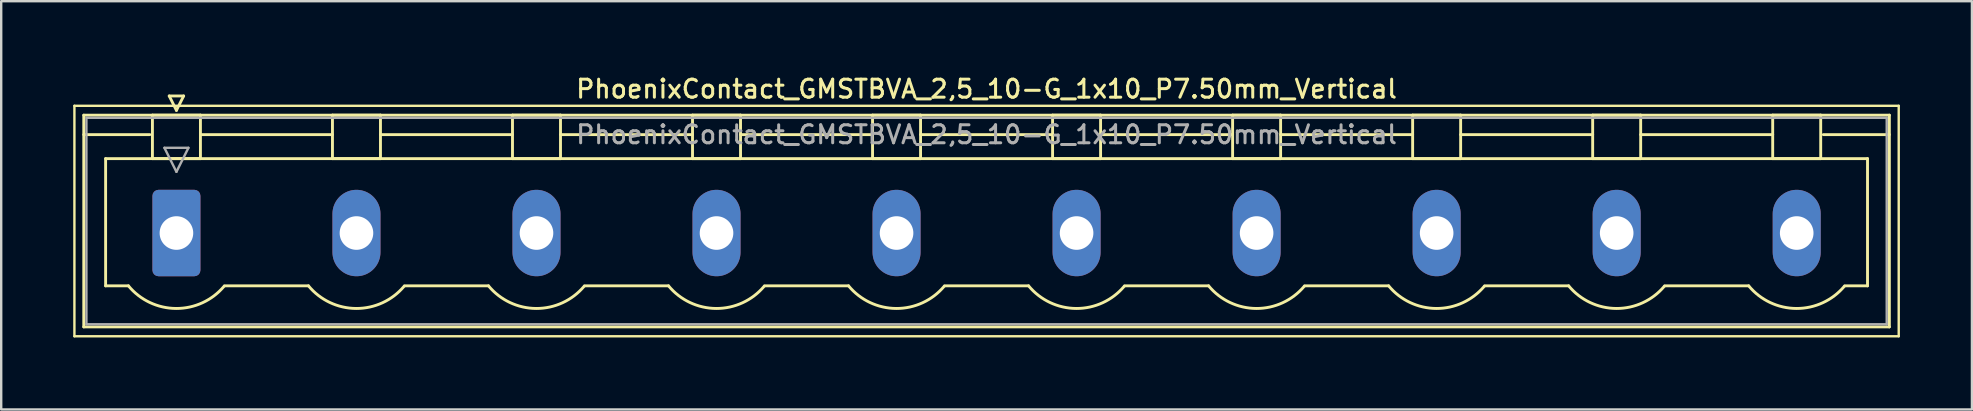
<source format=kicad_pcb>
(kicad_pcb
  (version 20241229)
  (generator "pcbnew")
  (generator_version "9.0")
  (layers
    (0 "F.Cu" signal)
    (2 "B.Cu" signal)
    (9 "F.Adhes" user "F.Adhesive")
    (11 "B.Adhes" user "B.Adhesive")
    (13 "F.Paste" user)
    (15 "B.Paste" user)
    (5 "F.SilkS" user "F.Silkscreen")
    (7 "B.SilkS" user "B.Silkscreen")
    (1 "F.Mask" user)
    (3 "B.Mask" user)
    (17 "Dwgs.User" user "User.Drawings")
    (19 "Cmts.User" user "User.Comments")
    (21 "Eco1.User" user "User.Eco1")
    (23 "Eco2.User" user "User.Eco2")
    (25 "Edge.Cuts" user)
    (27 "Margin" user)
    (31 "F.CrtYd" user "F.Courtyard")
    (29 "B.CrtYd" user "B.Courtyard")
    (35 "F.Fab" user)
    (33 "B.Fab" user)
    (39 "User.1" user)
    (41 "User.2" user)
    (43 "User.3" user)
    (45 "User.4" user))
  (footprint "PhoenixContact_GMSTBVA_2,5_10-G_1x10_P7.50mm_Vertical"
    (layer "F.Cu")
    (at 4.3 6.658)
    (property "Reference" "PhoenixContact_GMSTBVA_2,5_10-G_1x10_P7.50mm_Vertical" (at 33.75 -6 0) (layer "F.SilkS") (effects (font (size 0.75 0.75) (thickness 0.125))))
    (attr through_hole)
    (fp_line (start -4.25 -5.3) (end -4.25 4.3) (stroke (width 0.1) (type solid)) (layer "F.SilkS"))
    (fp_line (start -4.25 4.3) (end 71.75 4.3) (stroke (width 0.1) (type solid)) (layer "F.SilkS"))
    (fp_line (start -3.86 -4.91) (end -3.86 3.91) (stroke (width 0.12) (type solid)) (layer "F.SilkS"))
    (fp_line (start -3.86 -4.1) (end -1.11 -4.1) (stroke (width 0.12) (type solid)) (layer "F.SilkS"))
    (fp_line (start -3.86 3.91) (end 71.36 3.91) (stroke (width 0.12) (type solid)) (layer "F.SilkS"))
    (fp_line (start -2.95 -3.1) (end 70.45 -3.1) (stroke (width 0.12) (type solid)) (layer "F.SilkS"))
    (fp_line (start -2.95 2.2) (end -2.95 -3.1) (stroke (width 0.12) (type solid)) (layer "F.SilkS"))
    (fp_line (start -2 2.2) (end -2.95 2.2) (stroke (width 0.12) (type solid)) (layer "F.SilkS"))
    (fp_line (start -1 -4.91) (end 1 -4.91) (stroke (width 0.12) (type solid)) (layer "F.SilkS"))
    (fp_line (start -1 -3.1) (end -1 -4.91) (stroke (width 0.12) (type solid)) (layer "F.SilkS"))
    (fp_line (start -0.3 -5.71) (end 0.3 -5.71) (stroke (width 0.12) (type solid)) (layer "F.SilkS"))
    (fp_line (start 0 -5.11) (end -0.3 -5.71) (stroke (width 0.12) (type solid)) (layer "F.SilkS"))
    (fp_line (start 0.3 -5.71) (end 0 -5.11) (stroke (width 0.12) (type solid)) (layer "F.SilkS"))
    (fp_line (start 1 -4.91) (end 1 -3.1) (stroke (width 0.12) (type solid)) (layer "F.SilkS"))
    (fp_line (start 1 -4.1) (end 6.5 -4.1) (stroke (width 0.12) (type solid)) (layer "F.SilkS"))
    (fp_line (start 1 -3.1) (end -1 -3.1) (stroke (width 0.12) (type solid)) (layer "F.SilkS"))
    (fp_line (start 2 2.2) (end 5.5 2.2) (stroke (width 0.12) (type solid)) (layer "F.SilkS"))
    (fp_line (start 6.5 -4.91) (end 8.5 -4.91) (stroke (width 0.12) (type solid)) (layer "F.SilkS"))
    (fp_line (start 6.5 -3.1) (end 6.5 -4.91) (stroke (width 0.12) (type solid)) (layer "F.SilkS"))
    (fp_line (start 8.5 -4.91) (end 8.5 -3.1) (stroke (width 0.12) (type solid)) (layer "F.SilkS"))
    (fp_line (start 8.5 -4.1) (end 14 -4.1) (stroke (width 0.12) (type solid)) (layer "F.SilkS"))
    (fp_line (start 8.5 -3.1) (end 6.5 -3.1) (stroke (width 0.12) (type solid)) (layer "F.SilkS"))
    (fp_line (start 9.5 2.2) (end 13 2.2) (stroke (width 0.12) (type solid)) (layer "F.SilkS"))
    (fp_line (start 14 -4.91) (end 16 -4.91) (stroke (width 0.12) (type solid)) (layer "F.SilkS"))
    (fp_line (start 14 -3.1) (end 14 -4.91) (stroke (width 0.12) (type solid)) (layer "F.SilkS"))
    (fp_line (start 16 -4.91) (end 16 -3.1) (stroke (width 0.12) (type solid)) (layer "F.SilkS"))
    (fp_line (start 16 -4.1) (end 21.5 -4.1) (stroke (width 0.12) (type solid)) (layer "F.SilkS"))
    (fp_line (start 16 -3.1) (end 14 -3.1) (stroke (width 0.12) (type solid)) (layer "F.SilkS"))
    (fp_line (start 17 2.2) (end 20.5 2.2) (stroke (width 0.12) (type solid)) (layer "F.SilkS"))
    (fp_line (start 21.5 -4.91) (end 23.5 -4.91) (stroke (width 0.12) (type solid)) (layer "F.SilkS"))
    (fp_line (start 21.5 -3.1) (end 21.5 -4.91) (stroke (width 0.12) (type solid)) (layer "F.SilkS"))
    (fp_line (start 23.5 -4.91) (end 23.5 -3.1) (stroke (width 0.12) (type solid)) (layer "F.SilkS"))
    (fp_line (start 23.5 -4.1) (end 29 -4.1) (stroke (width 0.12) (type solid)) (layer "F.SilkS"))
    (fp_line (start 23.5 -3.1) (end 21.5 -3.1) (stroke (width 0.12) (type solid)) (layer "F.SilkS"))
    (fp_line (start 24.5 2.2) (end 28 2.2) (stroke (width 0.12) (type solid)) (layer "F.SilkS"))
    (fp_line (start 29 -4.91) (end 31 -4.91) (stroke (width 0.12) (type solid)) (layer "F.SilkS"))
    (fp_line (start 29 -3.1) (end 29 -4.91) (stroke (width 0.12) (type solid)) (layer "F.SilkS"))
    (fp_line (start 31 -4.91) (end 31 -3.1) (stroke (width 0.12) (type solid)) (layer "F.SilkS"))
    (fp_line (start 31 -4.1) (end 36.5 -4.1) (stroke (width 0.12) (type solid)) (layer "F.SilkS"))
    (fp_line (start 31 -3.1) (end 29 -3.1) (stroke (width 0.12) (type solid)) (layer "F.SilkS"))
    (fp_line (start 32 2.2) (end 35.5 2.2) (stroke (width 0.12) (type solid)) (layer "F.SilkS"))
    (fp_line (start 36.5 -4.91) (end 38.5 -4.91) (stroke (width 0.12) (type solid)) (layer "F.SilkS"))
    (fp_line (start 36.5 -3.1) (end 36.5 -4.91) (stroke (width 0.12) (type solid)) (layer "F.SilkS"))
    (fp_line (start 38.5 -4.91) (end 38.5 -3.1) (stroke (width 0.12) (type solid)) (layer "F.SilkS"))
    (fp_line (start 38.5 -4.1) (end 44 -4.1) (stroke (width 0.12) (type solid)) (layer "F.SilkS"))
    (fp_line (start 38.5 -3.1) (end 36.5 -3.1) (stroke (width 0.12) (type solid)) (layer "F.SilkS"))
    (fp_line (start 39.5 2.2) (end 43 2.2) (stroke (width 0.12) (type solid)) (layer "F.SilkS"))
    (fp_line (start 44 -4.91) (end 46 -4.91) (stroke (width 0.12) (type solid)) (layer "F.SilkS"))
    (fp_line (start 44 -3.1) (end 44 -4.91) (stroke (width 0.12) (type solid)) (layer "F.SilkS"))
    (fp_line (start 46 -4.91) (end 46 -3.1) (stroke (width 0.12) (type solid)) (layer "F.SilkS"))
    (fp_line (start 46 -4.1) (end 51.5 -4.1) (stroke (width 0.12) (type solid)) (layer "F.SilkS"))
    (fp_line (start 46 -3.1) (end 44 -3.1) (stroke (width 0.12) (type solid)) (layer "F.SilkS"))
    (fp_line (start 47 2.2) (end 50.5 2.2) (stroke (width 0.12) (type solid)) (layer "F.SilkS"))
    (fp_line (start 51.5 -4.91) (end 53.5 -4.91) (stroke (width 0.12) (type solid)) (layer "F.SilkS"))
    (fp_line (start 51.5 -3.1) (end 51.5 -4.91) (stroke (width 0.12) (type solid)) (layer "F.SilkS"))
    (fp_line (start 53.5 -4.91) (end 53.5 -3.1) (stroke (width 0.12) (type solid)) (layer "F.SilkS"))
    (fp_line (start 53.5 -4.1) (end 59 -4.1) (stroke (width 0.12) (type solid)) (layer "F.SilkS"))
    (fp_line (start 53.5 -3.1) (end 51.5 -3.1) (stroke (width 0.12) (type solid)) (layer "F.SilkS"))
    (fp_line (start 54.5 2.2) (end 58 2.2) (stroke (width 0.12) (type solid)) (layer "F.SilkS"))
    (fp_line (start 59 -4.91) (end 61 -4.91) (stroke (width 0.12) (type solid)) (layer "F.SilkS"))
    (fp_line (start 59 -3.1) (end 59 -4.91) (stroke (width 0.12) (type solid)) (layer "F.SilkS"))
    (fp_line (start 61 -4.91) (end 61 -3.1) (stroke (width 0.12) (type solid)) (layer "F.SilkS"))
    (fp_line (start 61 -4.1) (end 66.5 -4.1) (stroke (width 0.12) (type solid)) (layer "F.SilkS"))
    (fp_line (start 61 -3.1) (end 59 -3.1) (stroke (width 0.12) (type solid)) (layer "F.SilkS"))
    (fp_line (start 62 2.2) (end 65.5 2.2) (stroke (width 0.12) (type solid)) (layer "F.SilkS"))
    (fp_line (start 66.5 -4.91) (end 68.5 -4.91) (stroke (width 0.12) (type solid)) (layer "F.SilkS"))
    (fp_line (start 66.5 -3.1) (end 66.5 -4.91) (stroke (width 0.12) (type solid)) (layer "F.SilkS"))
    (fp_line (start 68.5 -4.91) (end 68.5 -3.1) (stroke (width 0.12) (type solid)) (layer "F.SilkS"))
    (fp_line (start 68.5 -3.1) (end 66.5 -3.1) (stroke (width 0.12) (type solid)) (layer "F.SilkS"))
    (fp_line (start 70.45 -3.1) (end 70.45 2.2) (stroke (width 0.12) (type solid)) (layer "F.SilkS"))
    (fp_line (start 70.45 2.2) (end 69.5 2.2) (stroke (width 0.12) (type solid)) (layer "F.SilkS"))
    (fp_line (start 71.36 -4.91) (end -3.86 -4.91) (stroke (width 0.12) (type solid)) (layer "F.SilkS"))
    (fp_line (start 71.36 -4.1) (end 68.61 -4.1) (stroke (width 0.12) (type solid)) (layer "F.SilkS"))
    (fp_line (start 71.36 3.91) (end 71.36 -4.91) (stroke (width 0.12) (type solid)) (layer "F.SilkS"))
    (fp_line (start 71.75 -5.3) (end -4.25 -5.3) (stroke (width 0.1) (type solid)) (layer "F.SilkS"))
    (fp_line (start 71.75 4.3) (end 71.75 -5.3) (stroke (width 0.1) (type solid)) (layer "F.SilkS"))
    (fp_arc (start 1.986842 2.215821) (mid -0.010289 3.142758) (end -2 2.2) (stroke (width 0.12) (type solid)) (layer "F.SilkS"))
    (fp_arc (start 9.486842 2.215821) (mid 7.489711 3.142758) (end 5.5 2.2) (stroke (width 0.12) (type solid)) (layer "F.SilkS"))
    (fp_arc (start 16.986842 2.215821) (mid 14.989711 3.142758) (end 13 2.2) (stroke (width 0.12) (type solid)) (layer "F.SilkS"))
    (fp_arc (start 24.486842 2.215821) (mid 22.489711 3.142758) (end 20.5 2.2) (stroke (width 0.12) (type solid)) (layer "F.SilkS"))
    (fp_arc (start 31.986842 2.215821) (mid 29.989711 3.142758) (end 28 2.2) (stroke (width 0.12) (type solid)) (layer "F.SilkS"))
    (fp_arc (start 39.486842 2.215821) (mid 37.489711 3.142758) (end 35.5 2.2) (stroke (width 0.12) (type solid)) (layer "F.SilkS"))
    (fp_arc (start 46.986842 2.215821) (mid 44.989711 3.142758) (end 43 2.2) (stroke (width 0.12) (type solid)) (layer "F.SilkS"))
    (fp_arc (start 54.486842 2.215821) (mid 52.489711 3.142758) (end 50.5 2.2) (stroke (width 0.12) (type solid)) (layer "F.SilkS"))
    (fp_arc (start 61.986842 2.215821) (mid 59.989711 3.142758) (end 58 2.2) (stroke (width 0.12) (type solid)) (layer "F.SilkS"))
    (fp_arc (start 69.486842 2.215821) (mid 67.489711 3.142758) (end 65.5 2.2) (stroke (width 0.12) (type solid)) (layer "F.SilkS"))
    (fp_line (start -3.75 -4.8) (end -3.75 3.8) (stroke (width 0.1) (type solid)) (layer "F.Fab"))
    (fp_line (start -3.75 3.8) (end 71.25 3.8) (stroke (width 0.1) (type solid)) (layer "F.Fab"))
    (fp_line (start -0.5 -3.55) (end 0.5 -3.55) (stroke (width 0.1) (type solid)) (layer "F.Fab"))
    (fp_line (start 0 -2.55) (end -0.5 -3.55) (stroke (width 0.1) (type solid)) (layer "F.Fab"))
    (fp_line (start 0.5 -3.55) (end 0 -2.55) (stroke (width 0.1) (type solid)) (layer "F.Fab"))
    (fp_line (start 71.25 -4.8) (end -3.75 -4.8) (stroke (width 0.1) (type solid)) (layer "F.Fab"))
    (fp_line (start 71.25 3.8) (end 71.25 -4.8) (stroke (width 0.1) (type solid)) (layer "F.Fab"))
    (fp_text user "${REFERENCE}" (at 33.75 -4.1 0) (layer "F.Fab") (effects (font (size 0.75 0.75) (thickness 0.125))))
    (pad "1" thru_hole roundrect (at 0 0) (size 2 3.6) (drill 1.4) (layers "*.Cu" "*.Mask") (roundrect_rratio 0.125))
    (pad "2" thru_hole oval (at 7.5 0) (size 2 3.6) (drill 1.4) (layers "*.Cu" "*.Mask"))
    (pad "3" thru_hole oval (at 15 0) (size 2 3.6) (drill 1.4) (layers "*.Cu" "*.Mask"))
    (pad "4" thru_hole oval (at 22.5 0) (size 2 3.6) (drill 1.4) (layers "*.Cu" "*.Mask"))
    (pad "5" thru_hole oval (at 30 0) (size 2 3.6) (drill 1.4) (layers "*.Cu" "*.Mask"))
    (pad "6" thru_hole oval (at 37.5 0) (size 2 3.6) (drill 1.4) (layers "*.Cu" "*.Mask"))
    (pad "7" thru_hole oval (at 45 0) (size 2 3.6) (drill 1.4) (layers "*.Cu" "*.Mask"))
    (pad "8" thru_hole oval (at 52.5 0) (size 2 3.6) (drill 1.4) (layers "*.Cu" "*.Mask"))
    (pad "9" thru_hole oval (at 60 0) (size 2 3.6) (drill 1.4) (layers "*.Cu" "*.Mask"))
    (pad "10" thru_hole oval (at 67.5 0) (size 2 3.6) (drill 1.4) (layers "*.Cu" "*.Mask")))
  (gr_rect
    (start -3 -3)
    (end 79.1 14.008)
    (stroke (width 0.1) (type default))
    (fill no)
    (layer "Edge.Cuts")))
</source>
